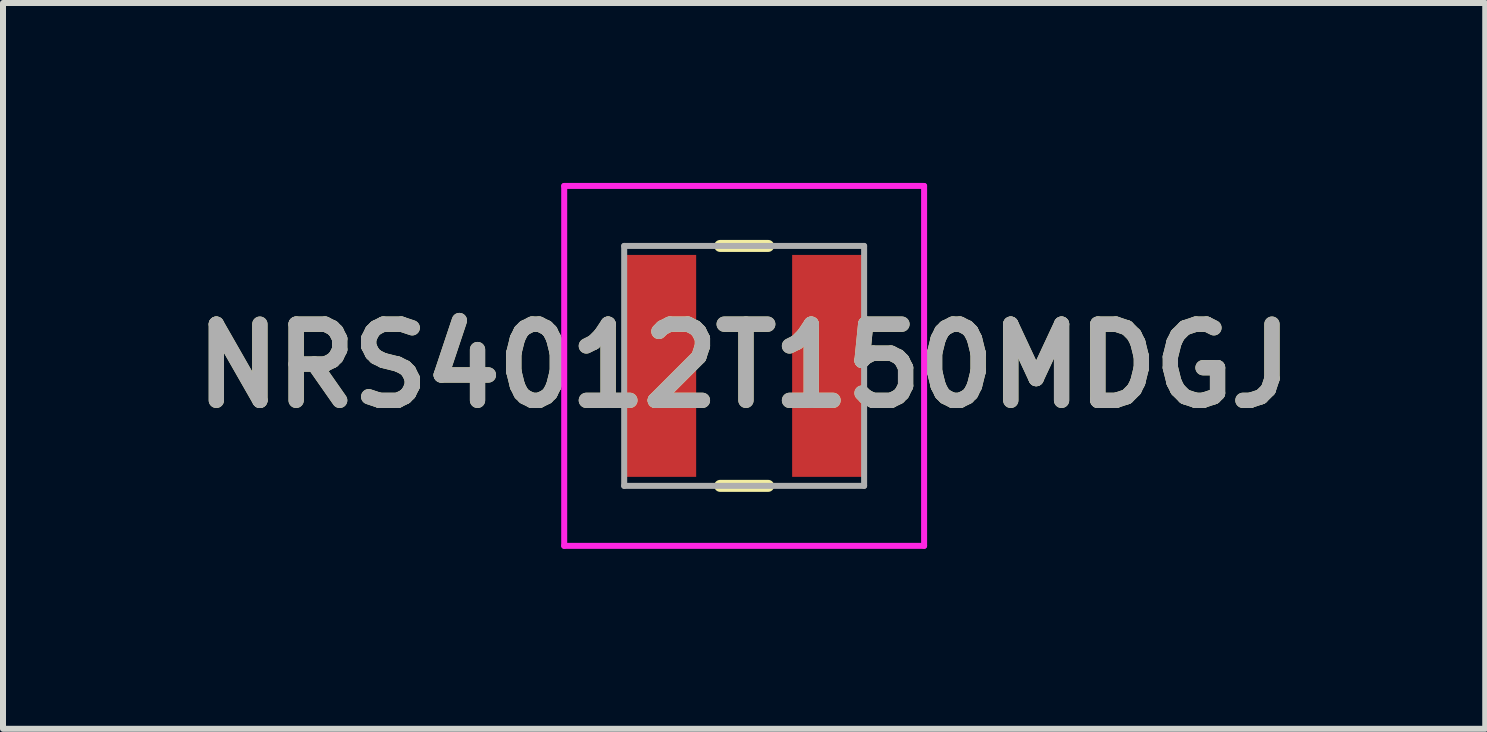
<source format=kicad_pcb>
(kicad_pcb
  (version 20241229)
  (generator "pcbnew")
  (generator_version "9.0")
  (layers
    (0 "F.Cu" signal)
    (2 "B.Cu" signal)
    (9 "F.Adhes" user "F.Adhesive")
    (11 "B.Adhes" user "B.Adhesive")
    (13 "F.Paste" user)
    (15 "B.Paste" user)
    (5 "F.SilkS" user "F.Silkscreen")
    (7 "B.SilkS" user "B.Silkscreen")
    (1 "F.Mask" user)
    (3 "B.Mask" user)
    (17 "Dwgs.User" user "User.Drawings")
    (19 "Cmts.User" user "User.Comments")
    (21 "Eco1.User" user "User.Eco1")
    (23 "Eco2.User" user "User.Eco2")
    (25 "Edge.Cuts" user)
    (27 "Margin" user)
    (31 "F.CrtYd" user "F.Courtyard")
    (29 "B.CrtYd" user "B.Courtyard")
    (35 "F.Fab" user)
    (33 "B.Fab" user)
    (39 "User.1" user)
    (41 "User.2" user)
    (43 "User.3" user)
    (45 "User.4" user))
  (footprint "NRS4012T150MDGJ"
    (layer "F.Cu")
    (at 9.356 3.05)
    (property "Reference" "NRS4012T150MDGJ" (at 0 0 0) (layer "F.SilkS") (effects (font (size 1.27 1.27) (thickness 0.254))))
    (attr smd)
    (fp_line (start -0.4 -2) (end 0.4 -2) (stroke (width 0.2) (type solid)) (layer "F.SilkS"))
    (fp_line (start -0.4 2) (end 0.4 2) (stroke (width 0.2) (type solid)) (layer "F.SilkS"))
    (fp_line (start -3 -3) (end 3 -3) (stroke (width 0.1) (type solid)) (layer "F.CrtYd"))
    (fp_line (start -3 3) (end -3 -3) (stroke (width 0.1) (type solid)) (layer "F.CrtYd"))
    (fp_line (start 3 -3) (end 3 3) (stroke (width 0.1) (type solid)) (layer "F.CrtYd"))
    (fp_line (start 3 3) (end -3 3) (stroke (width 0.1) (type solid)) (layer "F.CrtYd"))
    (fp_line (start -2 -2) (end 2 -2) (stroke (width 0.1) (type solid)) (layer "F.Fab"))
    (fp_line (start -2 2) (end -2 -2) (stroke (width 0.1) (type solid)) (layer "F.Fab"))
    (fp_line (start 2 -2) (end 2 2) (stroke (width 0.1) (type solid)) (layer "F.Fab"))
    (fp_line (start 2 2) (end -2 2) (stroke (width 0.1) (type solid)) (layer "F.Fab"))
    (fp_text user "${REFERENCE}" (at 0 0 0) (layer "F.Fab") (effects (font (size 1.27 1.27) (thickness 0.254))))
    (pad "1" smd rect (at -1.4 0) (size 1.2 3.7) (layers "F.Cu" "F.Mask" "F.Paste"))
    (pad "2" smd rect (at 1.4 0) (size 1.2 3.7) (layers "F.Cu" "F.Mask" "F.Paste")))
  (gr_rect
    (start -3 -3)
    (end 21.711 9.1)
    (stroke (width 0.1) (type default))
    (fill no)
    (layer "Edge.Cuts")))
</source>
